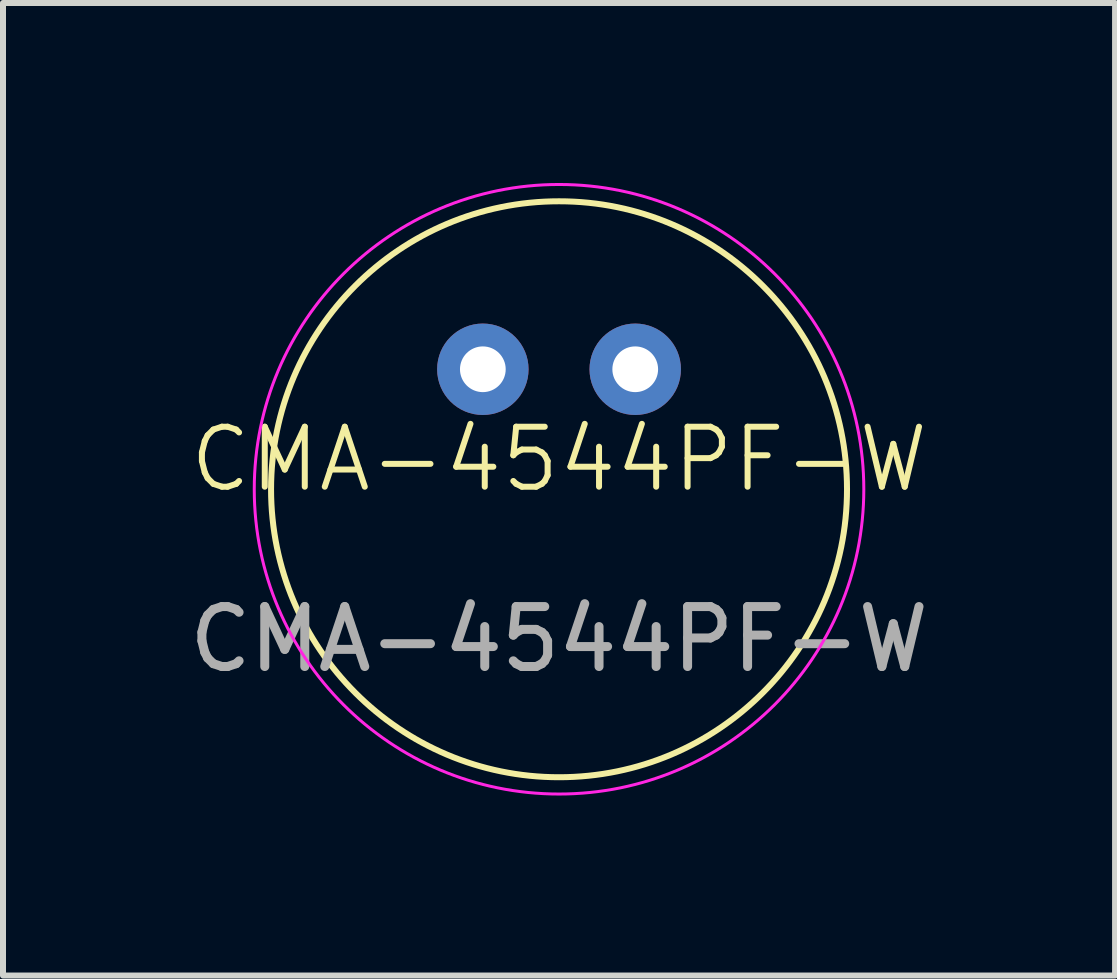
<source format=kicad_pcb>
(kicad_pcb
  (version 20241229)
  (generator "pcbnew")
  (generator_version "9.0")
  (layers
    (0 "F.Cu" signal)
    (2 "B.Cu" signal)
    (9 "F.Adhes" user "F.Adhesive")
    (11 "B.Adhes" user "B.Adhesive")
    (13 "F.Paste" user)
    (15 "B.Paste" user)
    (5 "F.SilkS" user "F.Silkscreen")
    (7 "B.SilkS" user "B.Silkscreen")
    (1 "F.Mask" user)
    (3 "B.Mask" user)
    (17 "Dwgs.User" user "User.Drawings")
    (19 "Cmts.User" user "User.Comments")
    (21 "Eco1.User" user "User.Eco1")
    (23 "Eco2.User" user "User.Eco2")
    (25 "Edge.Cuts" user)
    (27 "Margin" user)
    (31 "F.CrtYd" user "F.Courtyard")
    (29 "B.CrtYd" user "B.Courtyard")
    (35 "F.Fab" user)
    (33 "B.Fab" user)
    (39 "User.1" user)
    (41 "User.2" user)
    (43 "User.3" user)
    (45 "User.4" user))
  (footprint "CMA-4544PF-W"
    (layer "F.Cu")
    (at 6.268 5.105)
    (property "Reference" "CMA-4544PF-W" (at 0 -0.5 0) (unlocked yes) (layer "F.SilkS") (effects (font (size 1 1) (thickness 0.1))))
    (attr through_hole)
    (fp_circle (center 0 0) (end 4.8 0) (stroke (width 0.1) (type default)) (fill no) (layer "F.SilkS"))
    (fp_circle (center 0 0) (end 5.08 0) (stroke (width 0.05) (type default)) (fill no) (layer "F.CrtYd"))
    (fp_text user "${REFERENCE}" (at 0 2.5 0) (unlocked yes) (layer "F.Fab") (effects (font (size 1 1) (thickness 0.15))))
    (pad "1" thru_hole circle (at -1.27 -2) (size 1.524 1.524) (drill 0.762) (layers "*.Cu" "*.Mask"))
    (pad "2" thru_hole circle (at 1.27 -2) (size 1.524 1.524) (drill 0.762) (layers "*.Cu" "*.Mask")))
  (gr_rect
    (start -3 -3)
    (end 15.536 13.21)
    (stroke (width 0.1) (type default))
    (fill no)
    (layer "Edge.Cuts")))
</source>
